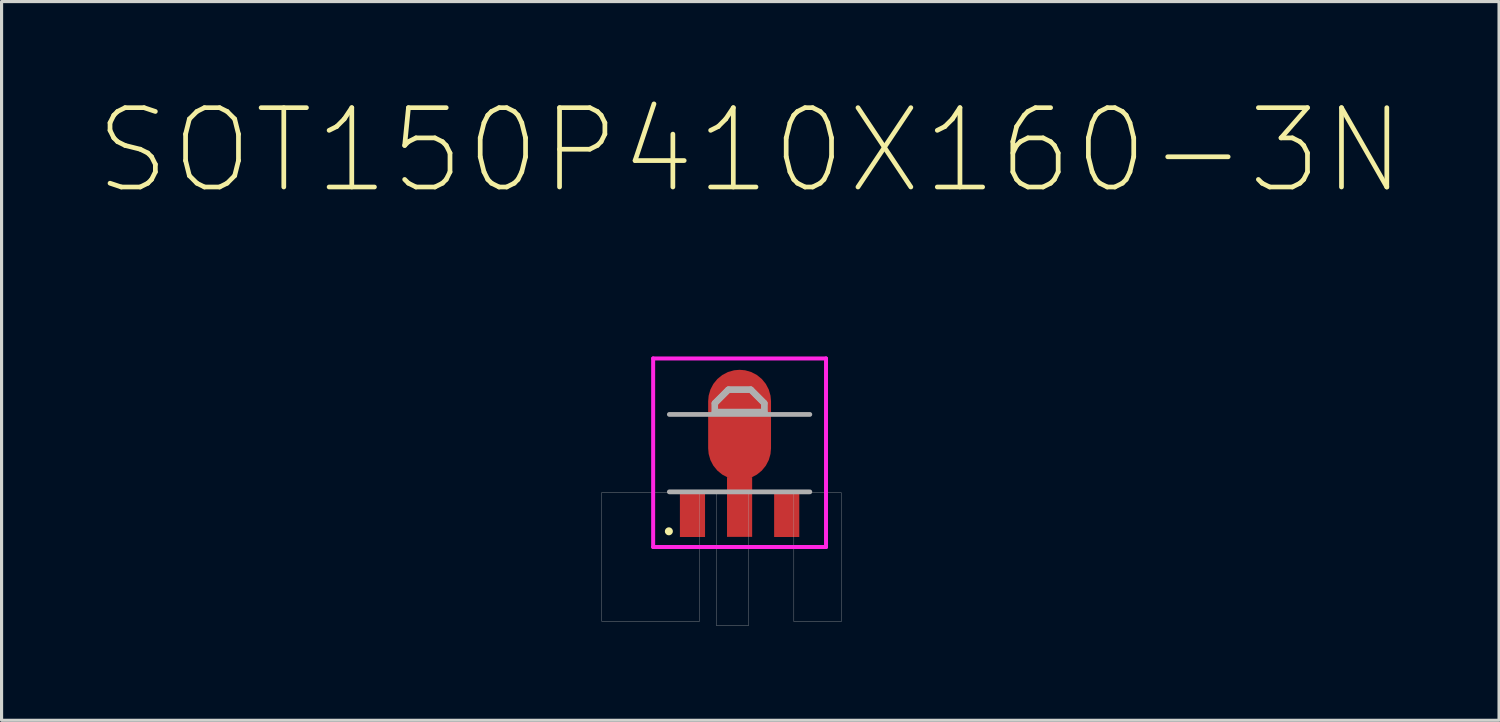
<source format=kicad_pcb>
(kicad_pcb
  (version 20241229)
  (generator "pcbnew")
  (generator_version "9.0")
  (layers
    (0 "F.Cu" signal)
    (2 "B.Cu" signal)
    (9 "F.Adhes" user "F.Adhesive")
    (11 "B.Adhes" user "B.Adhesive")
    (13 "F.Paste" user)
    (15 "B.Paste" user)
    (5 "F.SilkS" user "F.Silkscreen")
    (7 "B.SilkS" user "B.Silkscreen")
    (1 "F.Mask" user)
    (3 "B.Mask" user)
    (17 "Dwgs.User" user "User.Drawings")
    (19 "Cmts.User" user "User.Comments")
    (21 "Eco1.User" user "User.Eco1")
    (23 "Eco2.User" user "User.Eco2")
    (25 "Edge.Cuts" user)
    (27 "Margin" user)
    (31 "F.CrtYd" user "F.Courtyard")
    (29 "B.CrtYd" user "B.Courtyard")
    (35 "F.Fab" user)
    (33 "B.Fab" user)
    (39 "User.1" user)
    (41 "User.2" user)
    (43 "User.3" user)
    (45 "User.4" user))
  (footprint "SOT150P410X160-3N"
    (layer "F.Cu")
    (at 20.482 11.355)
    (property "Reference" "SOT150P410X160-3N" (at 0.341 -9.615 0) (layer "F.SilkS") (effects (font (size 2.524 2.524) (thickness 0.15))))
    (attr smd)
    (fp_circle (center -2.25 2.5) (end -2.123 2.5) (stroke (width 0) (type solid)) (fill yes) (layer "F.SilkS"))
    (fp_line (start -2.75 -3) (end 2.75 -3) (stroke (width 0.127) (type solid)) (layer "F.CrtYd"))
    (fp_line (start -2.75 3) (end -2.75 -3) (stroke (width 0.127) (type solid)) (layer "F.CrtYd"))
    (fp_line (start 2.75 -3) (end 2.75 3) (stroke (width 0.127) (type solid)) (layer "F.CrtYd"))
    (fp_line (start 2.75 3) (end -2.75 3) (stroke (width 0.127) (type solid)) (layer "F.CrtYd"))
    (fp_line (start -2.235 -1.219) (end 2.235 -1.219) (stroke (width 0.152) (type solid)) (layer "F.Fab"))
    (fp_line (start -0.787 -1.575) (end -0.356 -2.007) (stroke (width 0.203) (type solid)) (layer "F.Fab"))
    (fp_line (start -0.787 -1.295) (end -0.787 -1.575) (stroke (width 0.203) (type solid)) (layer "F.Fab"))
    (fp_line (start -0.356 -2.007) (end 0.356 -2.007) (stroke (width 0.203) (type solid)) (layer "F.Fab"))
    (fp_line (start 0.356 -2.007) (end 0.787 -1.575) (stroke (width 0.203) (type solid)) (layer "F.Fab"))
    (fp_line (start 0.787 -1.575) (end 0.787 -1.295) (stroke (width 0.203) (type solid)) (layer "F.Fab"))
    (fp_line (start 0.787 -1.295) (end -0.787 -1.295) (stroke (width 0.203) (type solid)) (layer "F.Fab"))
    (fp_line (start 2.235 1.245) (end -2.235 1.245) (stroke (width 0.152) (type solid)) (layer "F.Fab"))
    (fp_poly (pts (xy -4.392 1.27) (xy -1.27 1.27) (xy -1.27 5.361) (xy -4.392 5.361)) (stroke (width 0.01) (type solid)) (fill no) (layer "F.Fab"))
    (fp_poly (pts (xy -0.73 1.27) (xy 0.279 1.27) (xy 0.279 5.508) (xy -0.73 5.508)) (stroke (width 0.01) (type solid)) (fill no) (layer "F.Fab"))
    (fp_poly (pts (xy 3.237 1.27) (xy 1.727 1.27) (xy 1.727 5.374) (xy 3.237 5.374)) (stroke (width 0.01) (type solid)) (fill no) (layer "F.Fab"))
    (fp_poly (pts (xy -0.787 -1.321) (xy -0.787 -1.575) (xy -0.356 -2.007) (xy 0.305 -2.007) (xy 0.356 -2.007) (xy 0.787 -1.575) (xy 0.787 -1.295) (xy -0.787 -1.295)) (stroke (width 0.2) (type solid)) (fill no) (layer "F.Fab"))
    (pad "1" smd rect (at -1.499 1.981) (size 0.8 1.4) (layers "F.Cu" "F.Mask" "F.Paste"))
    (pad "2" smd rect (at 0 1.727) (size 0.8 1.9) (layers "F.Cu" "F.Mask" "F.Paste"))
    (pad "3" smd rect (at 1.499 1.981) (size 0.8 1.4) (layers "F.Cu" "F.Mask" "F.Paste"))
    (pad "4" smd roundrect (at 0 -0.889) (size 2 3.5) (layers "F.Cu" "F.Mask") (roundrect_rratio 0.5)))
  (gr_rect
    (start -3 -3)
    (end 44.646 19.868)
    (stroke (width 0.1) (type default))
    (fill no)
    (layer "Edge.Cuts")))
</source>
